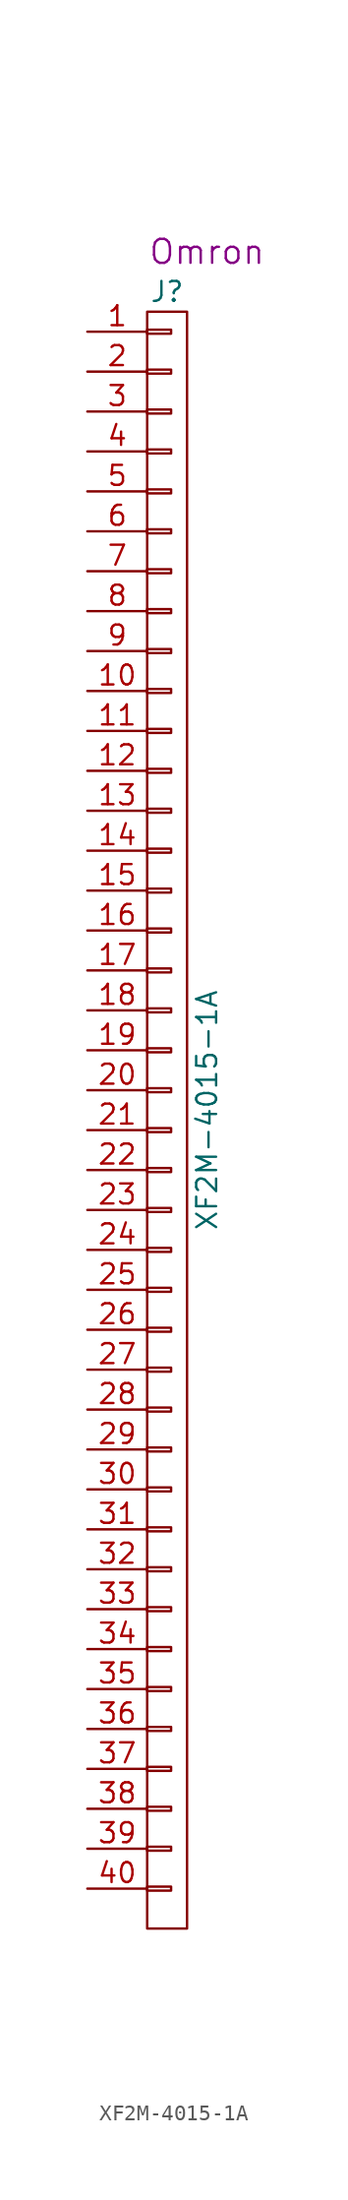
<source format=kicad_sym>
(kicad_symbol_lib
  (version 20220914)
  (generator kicad_symbol_editor)
  (symbol "XF2M-4015-1A"
    (pin_names
      (offset 1.016) hide)
    (property "Reference" "J"
      (at 1.27 104.14 0)
      (effects (font (size 1.27 1.27))))
    (property "Value" "XF2M-4015-1A"
      (at 3.81 52.07 90)
      (effects (font (size 1.27 1.27))))
    (property "Datasheet" ""
      (at 1.27 52.07 0)
      (effects (font (size 1.27 1.27))))
    (property "Manufacturer" "Omron"
      (at 3.81 106.68 0)
      (effects (font (size 1.524 1.524))))
    (symbol "XF2M-4015-1A_0_1"
      (rectangle (start 0 2.667) (end 1.524 2.413) (stroke (width 0) (type solid)) (fill (type none)))
      (rectangle (start 0 5.207) (end 1.524 4.953) (stroke (width 0) (type solid)) (fill (type none)))
      (rectangle (start 0 7.747) (end 1.524 7.493) (stroke (width 0) (type solid)) (fill (type none)))
      (rectangle (start 0 10.287) (end 1.524 10.033) (stroke (width 0) (type solid)) (fill (type none)))
      (rectangle (start 0 12.827) (end 1.524 12.573) (stroke (width 0) (type solid)) (fill (type none)))
      (rectangle (start 0 15.367) (end 1.524 15.113) (stroke (width 0) (type solid)) (fill (type none)))
      (rectangle (start 0 17.907) (end 1.524 17.653) (stroke (width 0) (type solid)) (fill (type none)))
      (rectangle (start 0 20.447) (end 1.524 20.193) (stroke (width 0) (type solid)) (fill (type none)))
      (rectangle (start 0 22.987) (end 1.524 22.733) (stroke (width 0) (type solid)) (fill (type none)))
      (rectangle (start 0 25.527) (end 1.524 25.273) (stroke (width 0) (type solid)) (fill (type none)))
      (rectangle (start 0 28.067) (end 1.524 27.813) (stroke (width 0) (type solid)) (fill (type none)))
      (rectangle (start 0 30.607) (end 1.524 30.353) (stroke (width 0) (type solid)) (fill (type none)))
      (rectangle (start 0 33.147) (end 1.524 32.893) (stroke (width 0) (type solid)) (fill (type none)))
      (rectangle (start 0 35.687) (end 1.524 35.433) (stroke (width 0) (type solid)) (fill (type none)))
      (rectangle (start 0 38.227) (end 1.524 37.973) (stroke (width 0) (type solid)) (fill (type none)))
      (rectangle (start 0 40.767) (end 1.524 40.513) (stroke (width 0) (type solid)) (fill (type none)))
      (rectangle (start 0 43.307) (end 1.524 43.053) (stroke (width 0) (type solid)) (fill (type none)))
      (rectangle (start 0 45.847) (end 1.524 45.593) (stroke (width 0) (type solid)) (fill (type none)))
      (rectangle (start 0 48.387) (end 1.524 48.133) (stroke (width 0) (type solid)) (fill (type none)))
      (rectangle (start 0 50.927) (end 1.524 50.673) (stroke (width 0) (type solid)) (fill (type none)))
      (rectangle (start 0 53.467) (end 1.524 53.213) (stroke (width 0) (type solid)) (fill (type none)))
      (rectangle (start 0 56.007) (end 1.524 55.753) (stroke (width 0) (type solid)) (fill (type none)))
      (rectangle (start 0 58.547) (end 1.524 58.293) (stroke (width 0) (type solid)) (fill (type none)))
      (rectangle (start 0 61.087) (end 1.524 60.833) (stroke (width 0) (type solid)) (fill (type none)))
      (rectangle (start 0 63.627) (end 1.524 63.373) (stroke (width 0) (type solid)) (fill (type none)))
      (rectangle (start 0 66.167) (end 1.524 65.913) (stroke (width 0) (type solid)) (fill (type none)))
      (rectangle (start 0 68.707) (end 1.524 68.453) (stroke (width 0) (type solid)) (fill (type none)))
      (rectangle (start 0 71.247) (end 1.524 70.993) (stroke (width 0) (type solid)) (fill (type none)))
      (rectangle (start 0 73.787) (end 1.524 73.533) (stroke (width 0) (type solid)) (fill (type none)))
      (rectangle (start 0 76.327) (end 1.524 76.073) (stroke (width 0) (type solid)) (fill (type none)))
      (rectangle (start 0 78.867) (end 1.524 78.613) (stroke (width 0) (type solid)) (fill (type none)))
      (rectangle (start 0 81.407) (end 1.524 81.153) (stroke (width 0) (type solid)) (fill (type none)))
      (rectangle (start 0 83.947) (end 1.524 83.693) (stroke (width 0) (type solid)) (fill (type none)))
      (rectangle (start 0 86.487) (end 1.524 86.233) (stroke (width 0) (type solid)) (fill (type none)))
      (rectangle (start 0 89.027) (end 1.524 88.773) (stroke (width 0) (type solid)) (fill (type none)))
      (rectangle (start 0 91.567) (end 1.524 91.313) (stroke (width 0) (type solid)) (fill (type none)))
      (rectangle (start 0 94.107) (end 1.524 93.853) (stroke (width 0) (type solid)) (fill (type none)))
      (rectangle (start 0 96.647) (end 1.524 96.393) (stroke (width 0) (type solid)) (fill (type none)))
      (rectangle (start 0 99.187) (end 1.524 98.933) (stroke (width 0) (type solid)) (fill (type none)))
      (rectangle (start 0 101.727) (end 1.524 101.473) (stroke (width 0) (type solid)) (fill (type none)))
      (rectangle (start 0 102.87) (end 2.54 0) (stroke (width 0) (type solid)) (fill (type none))))
    (symbol "XF2M-4015-1A_1_1"
      (pin passive line (at -3.81 101.6 0) (length 3.81) (name "P1" (effects (font (size 1.27 1.27)))) (number "1" (effects (font (size 1.27 1.27)))))
      (pin passive line (at -3.81 78.74 0) (length 3.81) (name "P10" (effects (font (size 1.27 1.27)))) (number "10" (effects (font (size 1.27 1.27)))))
      (pin passive line (at -3.81 76.2 0) (length 3.81) (name "P11" (effects (font (size 1.27 1.27)))) (number "11" (effects (font (size 1.27 1.27)))))
      (pin passive line (at -3.81 73.66 0) (length 3.81) (name "P12" (effects (font (size 1.27 1.27)))) (number "12" (effects (font (size 1.27 1.27)))))
      (pin passive line (at -3.81 71.12 0) (length 3.81) (name "P13" (effects (font (size 1.27 1.27)))) (number "13" (effects (font (size 1.27 1.27)))))
      (pin passive line (at -3.81 68.58 0) (length 3.81) (name "P14" (effects (font (size 1.27 1.27)))) (number "14" (effects (font (size 1.27 1.27)))))
      (pin passive line (at -3.81 66.04 0) (length 3.81) (name "P15" (effects (font (size 1.27 1.27)))) (number "15" (effects (font (size 1.27 1.27)))))
      (pin passive line (at -3.81 63.5 0) (length 3.81) (name "P16" (effects (font (size 1.27 1.27)))) (number "16" (effects (font (size 1.27 1.27)))))
      (pin passive line (at -3.81 60.96 0) (length 3.81) (name "P17" (effects (font (size 1.27 1.27)))) (number "17" (effects (font (size 1.27 1.27)))))
      (pin passive line (at -3.81 58.42 0) (length 3.81) (name "P18" (effects (font (size 1.27 1.27)))) (number "18" (effects (font (size 1.27 1.27)))))
      (pin passive line (at -3.81 55.88 0) (length 3.81) (name "P19" (effects (font (size 1.27 1.27)))) (number "19" (effects (font (size 1.27 1.27)))))
      (pin passive line (at -3.81 99.06 0) (length 3.81) (name "P2" (effects (font (size 1.27 1.27)))) (number "2" (effects (font (size 1.27 1.27)))))
      (pin passive line (at -3.81 53.34 0) (length 3.81) (name "P20" (effects (font (size 1.27 1.27)))) (number "20" (effects (font (size 1.27 1.27)))))
      (pin passive line (at -3.81 50.8 0) (length 3.81) (name "P21" (effects (font (size 1.27 1.27)))) (number "21" (effects (font (size 1.27 1.27)))))
      (pin passive line (at -3.81 48.26 0) (length 3.81) (name "P22" (effects (font (size 1.27 1.27)))) (number "22" (effects (font (size 1.27 1.27)))))
      (pin passive line (at -3.81 45.72 0) (length 3.81) (name "P23" (effects (font (size 1.27 1.27)))) (number "23" (effects (font (size 1.27 1.27)))))
      (pin passive line (at -3.81 43.18 0) (length 3.81) (name "P24" (effects (font (size 1.27 1.27)))) (number "24" (effects (font (size 1.27 1.27)))))
      (pin passive line (at -3.81 40.64 0) (length 3.81) (name "P25" (effects (font (size 1.27 1.27)))) (number "25" (effects (font (size 1.27 1.27)))))
      (pin passive line (at -3.81 38.1 0) (length 3.81) (name "P26" (effects (font (size 1.27 1.27)))) (number "26" (effects (font (size 1.27 1.27)))))
      (pin passive line (at -3.81 35.56 0) (length 3.81) (name "P27" (effects (font (size 1.27 1.27)))) (number "27" (effects (font (size 1.27 1.27)))))
      (pin passive line (at -3.81 33.02 0) (length 3.81) (name "P28" (effects (font (size 1.27 1.27)))) (number "28" (effects (font (size 1.27 1.27)))))
      (pin passive line (at -3.81 30.48 0) (length 3.81) (name "P29" (effects (font (size 1.27 1.27)))) (number "29" (effects (font (size 1.27 1.27)))))
      (pin passive line (at -3.81 96.52 0) (length 3.81) (name "P3" (effects (font (size 1.27 1.27)))) (number "3" (effects (font (size 1.27 1.27)))))
      (pin passive line (at -3.81 27.94 0) (length 3.81) (name "P30" (effects (font (size 1.27 1.27)))) (number "30" (effects (font (size 1.27 1.27)))))
      (pin passive line (at -3.81 25.4 0) (length 3.81) (name "P31" (effects (font (size 1.27 1.27)))) (number "31" (effects (font (size 1.27 1.27)))))
      (pin passive line (at -3.81 22.86 0) (length 3.81) (name "P32" (effects (font (size 1.27 1.27)))) (number "32" (effects (font (size 1.27 1.27)))))
      (pin passive line (at -3.81 20.32 0) (length 3.81) (name "P33" (effects (font (size 1.27 1.27)))) (number "33" (effects (font (size 1.27 1.27)))))
      (pin passive line (at -3.81 17.78 0) (length 3.81) (name "P34" (effects (font (size 1.27 1.27)))) (number "34" (effects (font (size 1.27 1.27)))))
      (pin passive line (at -3.81 15.24 0) (length 3.81) (name "P35" (effects (font (size 1.27 1.27)))) (number "35" (effects (font (size 1.27 1.27)))))
      (pin passive line (at -3.81 12.7 0) (length 3.81) (name "P36" (effects (font (size 1.27 1.27)))) (number "36" (effects (font (size 1.27 1.27)))))
      (pin passive line (at -3.81 10.16 0) (length 3.81) (name "P37" (effects (font (size 1.27 1.27)))) (number "37" (effects (font (size 1.27 1.27)))))
      (pin passive line (at -3.81 7.62 0) (length 3.81) (name "P38" (effects (font (size 1.27 1.27)))) (number "38" (effects (font (size 1.27 1.27)))))
      (pin passive line (at -3.81 5.08 0) (length 3.81) (name "P39" (effects (font (size 1.27 1.27)))) (number "39" (effects (font (size 1.27 1.27)))))
      (pin passive line (at -3.81 93.98 0) (length 3.81) (name "P4" (effects (font (size 1.27 1.27)))) (number "4" (effects (font (size 1.27 1.27)))))
      (pin passive line (at -3.81 2.54 0) (length 3.81) (name "P40" (effects (font (size 1.27 1.27)))) (number "40" (effects (font (size 1.27 1.27)))))
      (pin passive line (at -3.81 91.44 0) (length 3.81) (name "P5" (effects (font (size 1.27 1.27)))) (number "5" (effects (font (size 1.27 1.27)))))
      (pin passive line (at -3.81 88.9 0) (length 3.81) (name "P6" (effects (font (size 1.27 1.27)))) (number "6" (effects (font (size 1.27 1.27)))))
      (pin passive line (at -3.81 86.36 0) (length 3.81) (name "P7" (effects (font (size 1.27 1.27)))) (number "7" (effects (font (size 1.27 1.27)))))
      (pin passive line (at -3.81 83.82 0) (length 3.81) (name "P8" (effects (font (size 1.27 1.27)))) (number "8" (effects (font (size 1.27 1.27)))))
      (pin passive line (at -3.81 81.28 0) (length 3.81) (name "P9" (effects (font (size 1.27 1.27)))) (number "9" (effects (font (size 1.27 1.27))))))))
</source>
